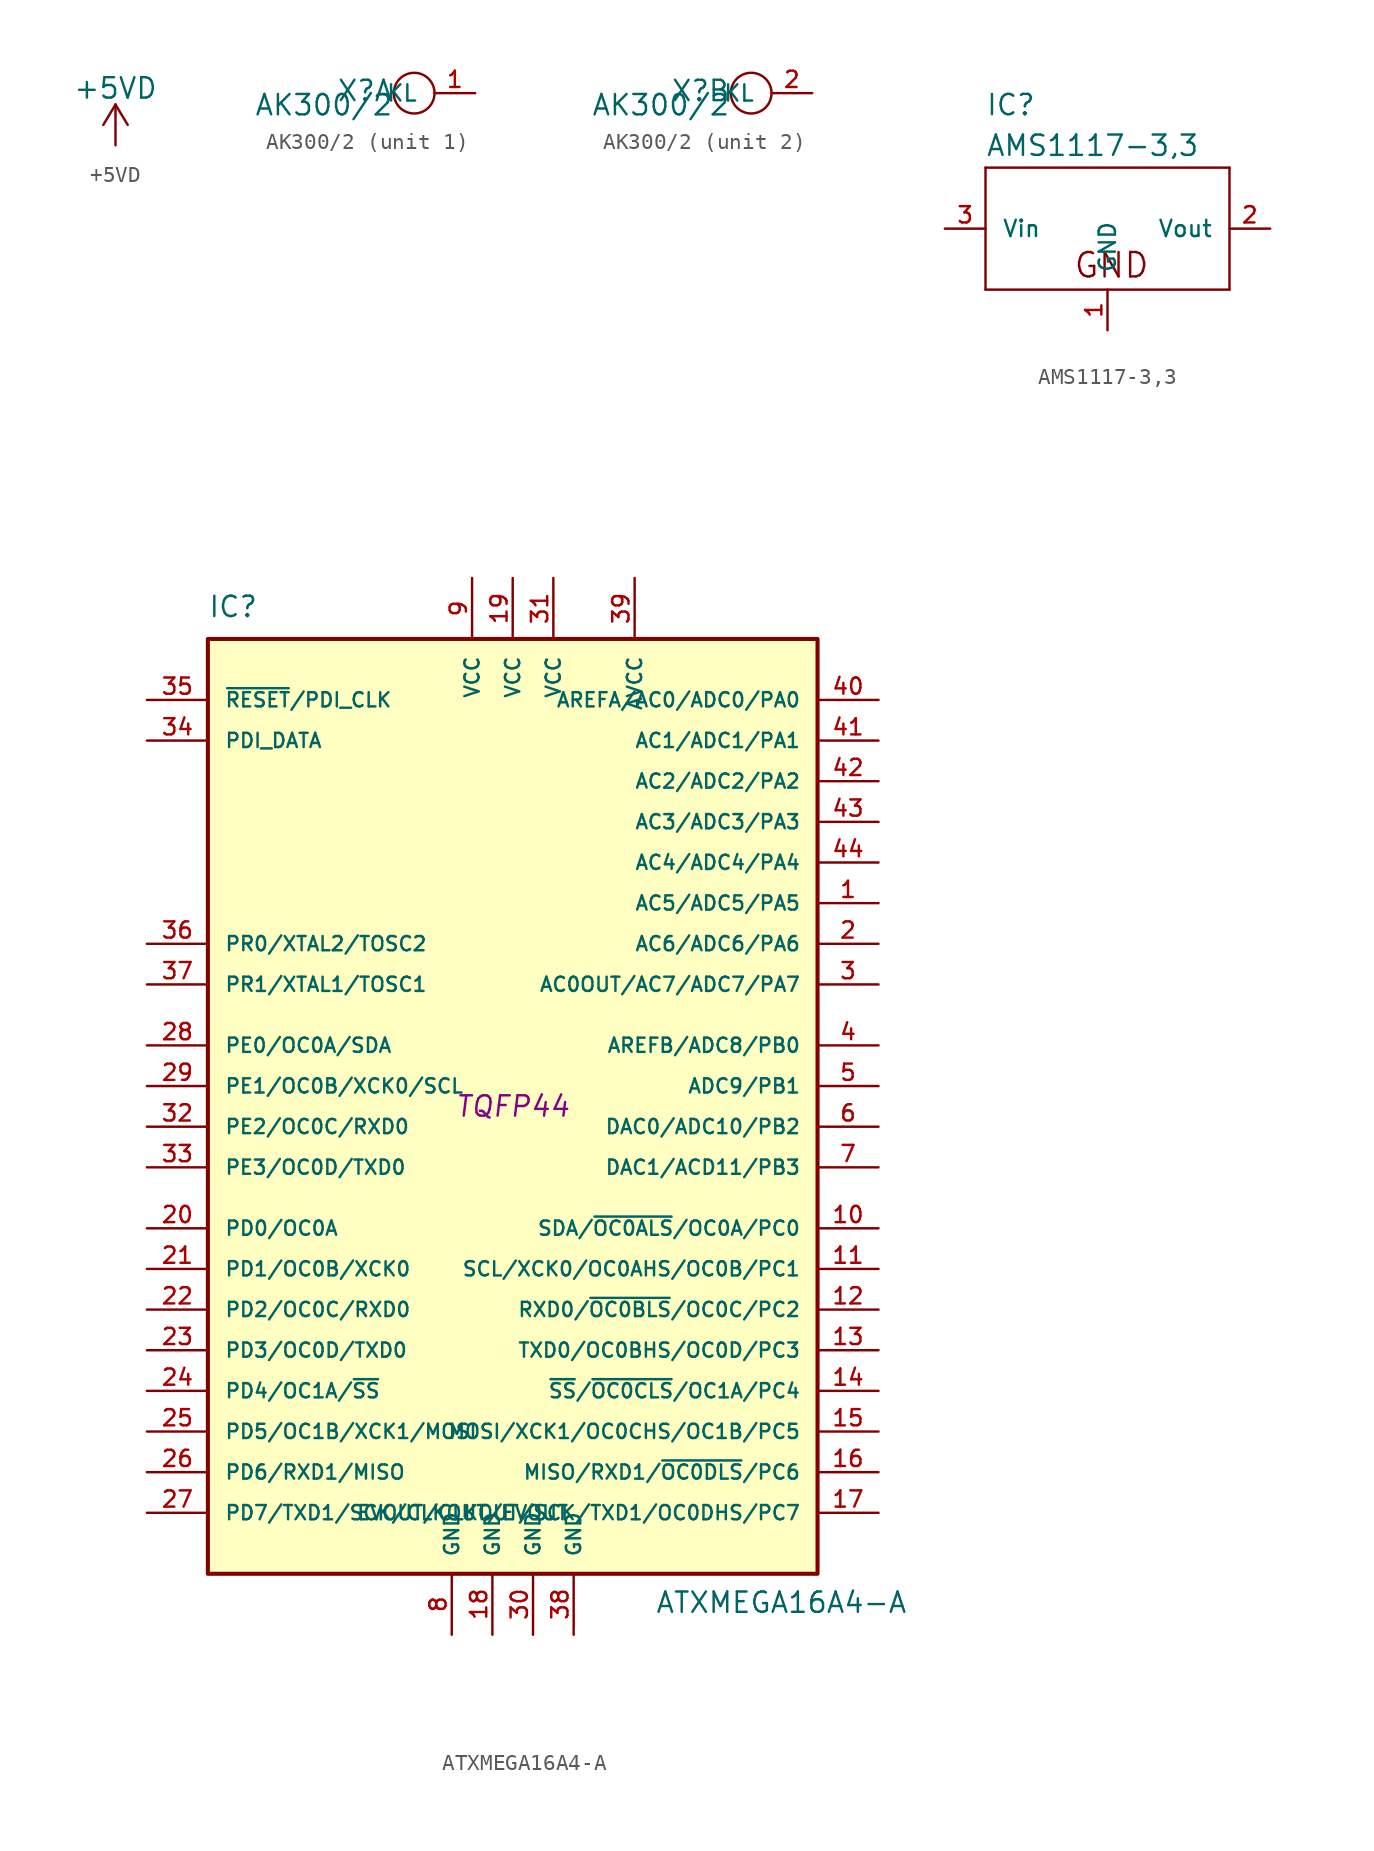
<source format=kicad_sym>
(kicad_symbol_lib
  (version 20231120)
  (generator "kicad_symbol_editor")
  (generator_version "8.0")
  (symbol "+5VD"
    (power)
    (pin_names
      (offset 0))
    (property "Reference" "#PWR"
      (at 0 -3.81 0)
      (effects (font (size 1.27 1.27)) (hide yes)))
    (property "Value" "+5VD"
      (at 0 3.556 0)
      (effects (font (size 1.27 1.27))))
    (symbol "+5VD_0_1"
      (polyline (pts (xy -0.762 1.27) (xy 0 2.54)) (stroke (width 0) (type solid)) (fill (type none)))
      (polyline (pts (xy 0 0) (xy 0 2.54)) (stroke (width 0) (type solid)) (fill (type none)))
      (polyline (pts (xy 0 2.54) (xy 0.762 1.27)) (stroke (width 0) (type solid)) (fill (type none))))
    (symbol "+5VD_1_1"
      (pin power_in line (at 0 0 90) (length 0) hide (name "+5VD" (effects (font (size 1.27 1.27)))) (number "1" (effects (font (size 1.27 1.27)))))))
  (symbol "AK300/2"
    (pin_names
      (offset 1.016))
    (property "Reference" "X"
      (at 0 0.889 0)
      (effects (font (size 1.27 1.27)) (justify right top)))
    (property "Value" "AK300/2"
      (at 0 0 0)
      (effects (font (size 1.27 1.27)) (justify right top)))
    (property "ki_locked" ""
      (at 0 0 0)
      (effects (font (size 1.27 1.27))))
    (symbol "AK300/2_1_1"
      (circle (center 1.27 0) (radius 1.27) (stroke (width 0) (type solid)) (fill (type none)))
      (pin passive line (at 5.08 0 180) (length 2.54) (name "KL" (effects (font (size 1.016 1.016)))) (number "1" (effects (font (size 1.016 1.016))))))
    (symbol "AK300/2_2_1"
      (circle (center 1.27 0) (radius 1.27) (stroke (width 0) (type solid)) (fill (type none)))
      (pin passive line (at 5.08 0 180) (length 2.54) (name "KL" (effects (font (size 1.016 1.016)))) (number "2" (effects (font (size 1.016 1.016)))))))
  (symbol "AMS1117-3,3"
    (pin_names
      (offset 1.016))
    (property "Reference" "IC"
      (at -7.62 5.715 0)
      (effects (font (size 1.27 1.27)) (justify left bottom)))
    (property "Value" "AMS1117-3,3"
      (at -7.62 3.175 0)
      (effects (font (size 1.27 1.27)) (justify left bottom)))
    (property "ki_locked" ""
      (at 0 0 0)
      (effects (font (size 1.27 1.27))))
    (symbol "AMS1117-3,3_1_0"
      (polyline (pts (xy -7.62 -5.08) (xy 7.62 -5.08)) (stroke (width 0) (type solid)) (fill (type none)))
      (polyline (pts (xy -7.62 2.54) (xy -7.62 -5.08)) (stroke (width 0) (type solid)) (fill (type none)))
      (polyline (pts (xy 7.62 -5.08) (xy 7.62 2.54)) (stroke (width 0) (type solid)) (fill (type none)))
      (polyline (pts (xy 7.62 2.54) (xy -7.62 2.54)) (stroke (width 0) (type solid)) (fill (type none)))
      (text "GND" (at 0.254 -3.556 0) (effects (font (size 1.524 1.524)))))
    (symbol "AMS1117-3,3_1_1"
      (pin input line (at 0 -7.62 90) (length 2.54) (name "GND" (effects (font (size 1.016 1.016)))) (number "1" (effects (font (size 1.016 1.016)))))
      (pin passive line (at 10.16 -1.27 180) (length 2.54) (name "Vout" (effects (font (size 1.016 1.016)))) (number "2" (effects (font (size 1.016 1.016)))))
      (pin passive line (at -10.16 -1.27 0) (length 2.54) (name "Vin" (effects (font (size 1.016 1.016)))) (number "3" (effects (font (size 1.016 1.016)))))))
  (symbol "ATXMEGA16A4-A"
    (pin_names
      (offset 1.016))
    (property "Reference" "IC"
      (at -19.05 30.48 0)
      (effects (font (size 1.27 1.27)) (justify left bottom)))
    (property "Value" "ATXMEGA16A4-A"
      (at 8.89 -31.75 0)
      (effects (font (size 1.27 1.27)) (justify left bottom)))
    (property "Footprint" "TQFP44"
      (at 0 0 0)
      (effects (font (size 1.27 1.27) (italic yes))))
    (property "Datasheet" ""
      (at 0 0 0)
      (effects (font (size 1.27 1.27))))
    (symbol "ATXMEGA16A4-A_0_1"
      (rectangle (start -19.05 29.21) (end 19.05 -29.21) (stroke (width 0.254) (type solid)) (fill (type background))))
    (symbol "ATXMEGA16A4-A_1_1"
      (pin bidirectional line (at 22.86 12.7 180) (length 3.81) (name "AC5/ADC5/PA5" (effects (font (size 0.889 0.889)))) (number "1" (effects (font (size 1.016 1.016)))))
      (pin bidirectional line (at 22.86 -7.62 180) (length 3.81) (name "SDA/~{OC0ALS}/OC0A/PC0" (effects (font (size 0.889 0.889)))) (number "10" (effects (font (size 1.016 1.016)))))
      (pin bidirectional line (at 22.86 -10.16 180) (length 3.81) (name "SCL/XCK0/OC0AHS/OC0B/PC1" (effects (font (size 0.889 0.889)))) (number "11" (effects (font (size 1.016 1.016)))))
      (pin bidirectional line (at 22.86 -12.7 180) (length 3.81) (name "RXD0/~{OC0BLS}/OC0C/PC2" (effects (font (size 0.889 0.889)))) (number "12" (effects (font (size 1.016 1.016)))))
      (pin bidirectional line (at 22.86 -15.24 180) (length 3.81) (name "TXD0/OC0BHS/OC0D/PC3" (effects (font (size 0.889 0.889)))) (number "13" (effects (font (size 1.016 1.016)))))
      (pin bidirectional line (at 22.86 -17.78 180) (length 3.81) (name "~{SS}/~{OC0CLS}/OC1A/PC4" (effects (font (size 0.889 0.889)))) (number "14" (effects (font (size 1.016 1.016)))))
      (pin bidirectional line (at 22.86 -20.32 180) (length 3.81) (name "MOSI/XCK1/OC0CHS/OC1B/PC5" (effects (font (size 0.889 0.889)))) (number "15" (effects (font (size 1.016 1.016)))))
      (pin bidirectional line (at 22.86 -22.86 180) (length 3.81) (name "MISO/RXD1/~{OC0DLS}/PC6" (effects (font (size 0.889 0.889)))) (number "16" (effects (font (size 1.016 1.016)))))
      (pin bidirectional line (at 22.86 -25.4 180) (length 3.81) (name "EVOUT/CLKOUT/SCK/TXD1/OC0DHS/PC7" (effects (font (size 0.889 0.889)))) (number "17" (effects (font (size 1.016 1.016)))))
      (pin power_in line (at -1.27 -33.02 90) (length 3.81) (name "GND" (effects (font (size 0.889 0.889)))) (number "18" (effects (font (size 1.016 1.016)))))
      (pin power_in line (at 0 33.02 270) (length 3.81) (name "VCC" (effects (font (size 0.889 0.889)))) (number "19" (effects (font (size 1.016 1.016)))))
      (pin bidirectional line (at 22.86 10.16 180) (length 3.81) (name "AC6/ADC6/PA6" (effects (font (size 0.889 0.889)))) (number "2" (effects (font (size 1.016 1.016)))))
      (pin bidirectional line (at -22.86 -7.62 0) (length 3.81) (name "PD0/OC0A" (effects (font (size 0.889 0.889)))) (number "20" (effects (font (size 1.016 1.016)))))
      (pin bidirectional line (at -22.86 -10.16 0) (length 3.81) (name "PD1/OC0B/XCK0" (effects (font (size 0.889 0.889)))) (number "21" (effects (font (size 1.016 1.016)))))
      (pin bidirectional line (at -22.86 -12.7 0) (length 3.81) (name "PD2/OC0C/RXD0" (effects (font (size 0.889 0.889)))) (number "22" (effects (font (size 1.016 1.016)))))
      (pin bidirectional line (at -22.86 -15.24 0) (length 3.81) (name "PD3/OC0D/TXD0" (effects (font (size 0.889 0.889)))) (number "23" (effects (font (size 1.016 1.016)))))
      (pin bidirectional line (at -22.86 -17.78 0) (length 3.81) (name "PD4/OC1A/~{SS}" (effects (font (size 0.889 0.889)))) (number "24" (effects (font (size 1.016 1.016)))))
      (pin bidirectional line (at -22.86 -20.32 0) (length 3.81) (name "PD5/OC1B/XCK1/MOSI" (effects (font (size 0.889 0.889)))) (number "25" (effects (font (size 1.016 1.016)))))
      (pin bidirectional line (at -22.86 -22.86 0) (length 3.81) (name "PD6/RXD1/MISO" (effects (font (size 0.889 0.889)))) (number "26" (effects (font (size 1.016 1.016)))))
      (pin bidirectional line (at -22.86 -25.4 0) (length 3.81) (name "PD7/TXD1/SCK/CLKOUT/EVOUT" (effects (font (size 0.889 0.889)))) (number "27" (effects (font (size 1.016 1.016)))))
      (pin bidirectional line (at -22.86 3.81 0) (length 3.81) (name "PE0/OC0A/SDA" (effects (font (size 0.889 0.889)))) (number "28" (effects (font (size 1.016 1.016)))))
      (pin bidirectional line (at -22.86 1.27 0) (length 3.81) (name "PE1/OC0B/XCK0/SCL" (effects (font (size 0.889 0.889)))) (number "29" (effects (font (size 1.016 1.016)))))
      (pin bidirectional line (at 22.86 7.62 180) (length 3.81) (name "AC0OUT/AC7/ADC7/PA7" (effects (font (size 0.889 0.889)))) (number "3" (effects (font (size 1.016 1.016)))))
      (pin power_in line (at 1.27 -33.02 90) (length 3.81) (name "GND" (effects (font (size 0.889 0.889)))) (number "30" (effects (font (size 1.016 1.016)))))
      (pin power_in line (at 2.54 33.02 270) (length 3.81) (name "VCC" (effects (font (size 0.889 0.889)))) (number "31" (effects (font (size 1.016 1.016)))))
      (pin bidirectional line (at -22.86 -1.27 0) (length 3.81) (name "PE2/OC0C/RXD0" (effects (font (size 0.889 0.889)))) (number "32" (effects (font (size 1.016 1.016)))))
      (pin bidirectional line (at -22.86 -3.81 0) (length 3.81) (name "PE3/OC0D/TXD0" (effects (font (size 0.889 0.889)))) (number "33" (effects (font (size 1.016 1.016)))))
      (pin input line (at -22.86 22.86 0) (length 3.81) (name "PDI_DATA" (effects (font (size 0.889 0.889)))) (number "34" (effects (font (size 1.016 1.016)))))
      (pin input line (at -22.86 25.4 0) (length 3.81) (name "~{RESET}/PDI_CLK" (effects (font (size 0.889 0.889)))) (number "35" (effects (font (size 1.016 1.016)))))
      (pin bidirectional line (at -22.86 10.16 0) (length 3.81) (name "PR0/XTAL2/TOSC2" (effects (font (size 0.889 0.889)))) (number "36" (effects (font (size 1.016 1.016)))))
      (pin bidirectional line (at -22.86 7.62 0) (length 3.81) (name "PR1/XTAL1/TOSC1" (effects (font (size 0.889 0.889)))) (number "37" (effects (font (size 1.016 1.016)))))
      (pin power_in line (at 3.81 -33.02 90) (length 3.81) (name "GND" (effects (font (size 0.889 0.889)))) (number "38" (effects (font (size 1.016 1.016)))))
      (pin power_in line (at 7.62 33.02 270) (length 3.81) (name "AVCC" (effects (font (size 0.889 0.889)))) (number "39" (effects (font (size 1.016 1.016)))))
      (pin bidirectional line (at 22.86 3.81 180) (length 3.81) (name "AREFB/ADC8/PB0" (effects (font (size 0.889 0.889)))) (number "4" (effects (font (size 1.016 1.016)))))
      (pin bidirectional line (at 22.86 25.4 180) (length 3.81) (name "AREFA/AC0/ADC0/PA0" (effects (font (size 0.889 0.889)))) (number "40" (effects (font (size 1.016 1.016)))))
      (pin bidirectional line (at 22.86 22.86 180) (length 3.81) (name "AC1/ADC1/PA1" (effects (font (size 0.889 0.889)))) (number "41" (effects (font (size 1.016 1.016)))))
      (pin bidirectional line (at 22.86 20.32 180) (length 3.81) (name "AC2/ADC2/PA2" (effects (font (size 0.889 0.889)))) (number "42" (effects (font (size 1.016 1.016)))))
      (pin bidirectional line (at 22.86 17.78 180) (length 3.81) (name "AC3/ADC3/PA3" (effects (font (size 0.889 0.889)))) (number "43" (effects (font (size 1.016 1.016)))))
      (pin bidirectional line (at 22.86 15.24 180) (length 3.81) (name "AC4/ADC4/PA4" (effects (font (size 0.889 0.889)))) (number "44" (effects (font (size 1.016 1.016)))))
      (pin bidirectional line (at 22.86 1.27 180) (length 3.81) (name "ADC9/PB1" (effects (font (size 0.889 0.889)))) (number "5" (effects (font (size 1.016 1.016)))))
      (pin bidirectional line (at 22.86 -1.27 180) (length 3.81) (name "DAC0/ADC10/PB2" (effects (font (size 0.889 0.889)))) (number "6" (effects (font (size 1.016 1.016)))))
      (pin bidirectional line (at 22.86 -3.81 180) (length 3.81) (name "DAC1/ACD11/PB3" (effects (font (size 0.889 0.889)))) (number "7" (effects (font (size 1.016 1.016)))))
      (pin power_in line (at -3.81 -33.02 90) (length 3.81) (name "GND" (effects (font (size 0.889 0.889)))) (number "8" (effects (font (size 1.016 1.016)))))
      (pin power_in line (at -2.54 33.02 270) (length 3.81) (name "VCC" (effects (font (size 0.889 0.889)))) (number "9" (effects (font (size 1.016 1.016))))))))
</source>
